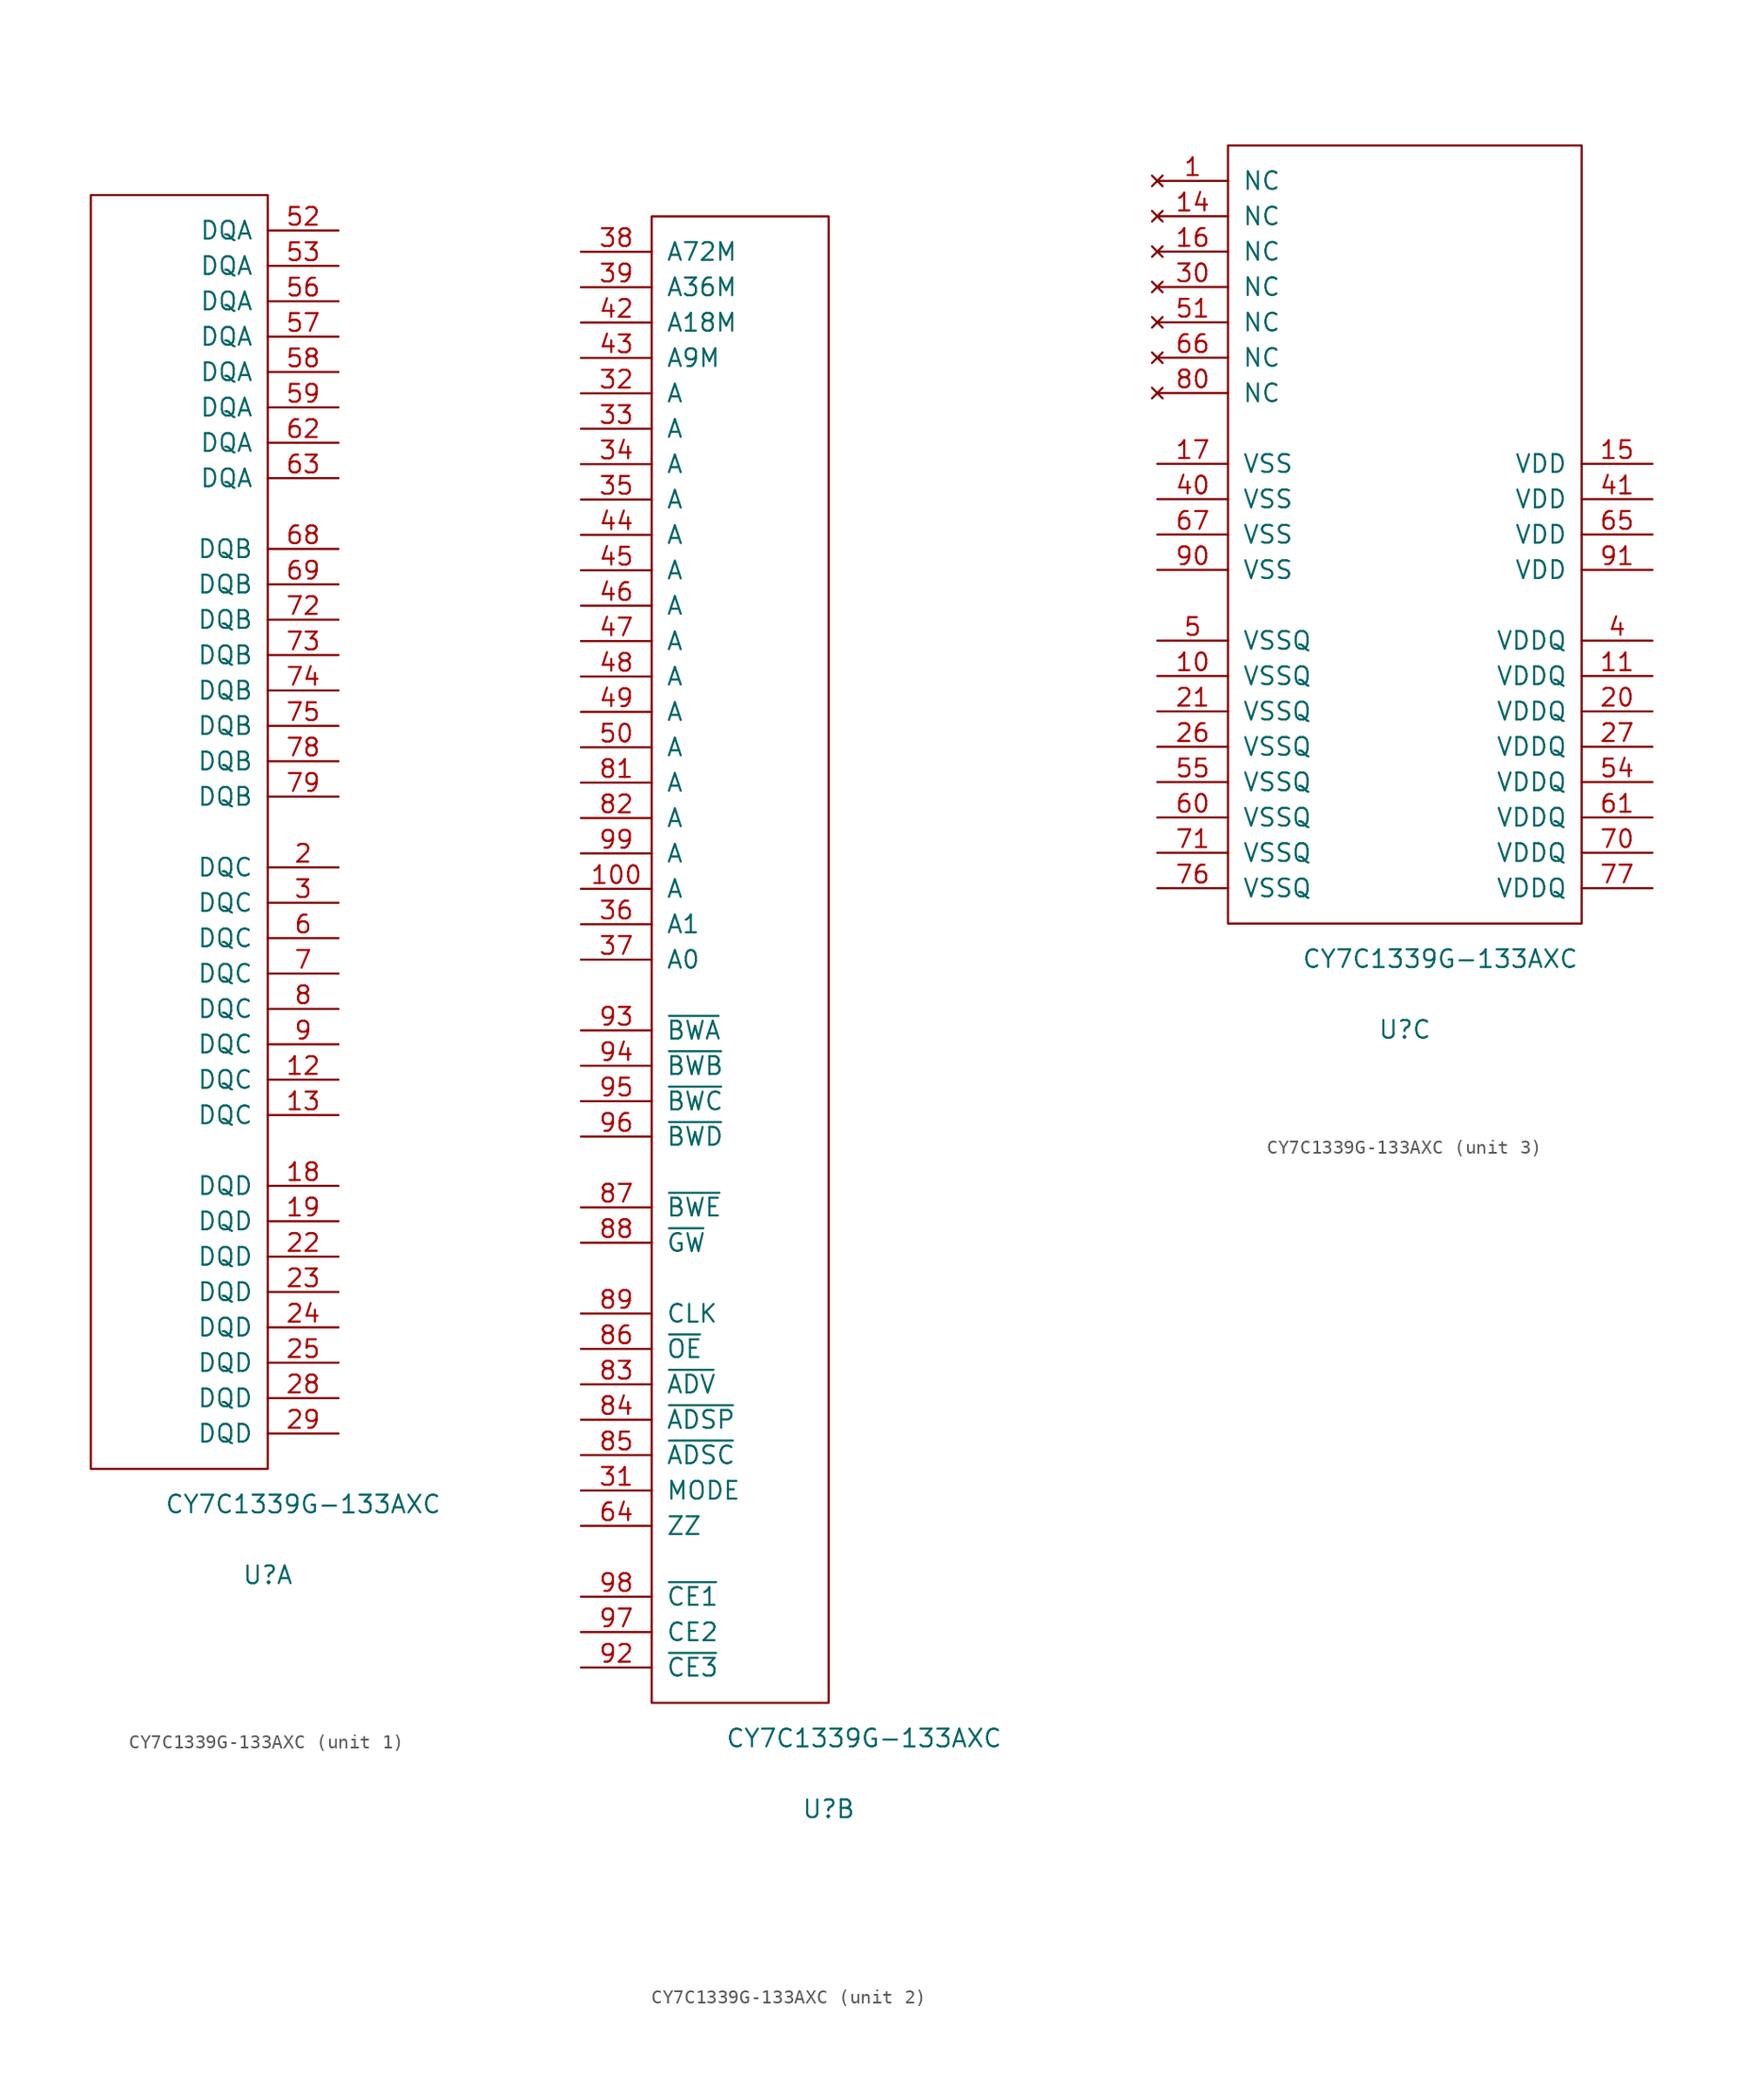
<source format=kicad_sym>
(kicad_symbol_lib
  (version 20220914)
  (generator kicad_symbol_editor)
  (symbol "CY7C1339G-133AXC"
    (pin_names
      (offset 1.016))
    (property "Reference" "U"
      (at 12.7 -7.62 0)
      (effects (font (size 1.27 1.27))))
    (property "Value" "CY7C1339G-133AXC"
      (at 15.24 -2.54 0)
      (effects (font (size 1.27 1.27))))
    (property "ki_locked" ""
      (at 0 0 0)
      (effects (font (size 1.27 1.27))))
    (symbol "CY7C1339G-133AXC_1_1"
      (rectangle (start 0 91.44) (end 12.7 0) (stroke (width 0) (type solid)) (fill (type none)))
      (pin bidirectional line (at 17.78 27.94 180) (length 5.08) (name "DQC" (effects (font (size 1.27 1.27)))) (number "12" (effects (font (size 1.27 1.27)))))
      (pin bidirectional line (at 17.78 25.4 180) (length 5.08) (name "DQC" (effects (font (size 1.27 1.27)))) (number "13" (effects (font (size 1.27 1.27)))))
      (pin bidirectional line (at 17.78 20.32 180) (length 5.08) (name "DQD" (effects (font (size 1.27 1.27)))) (number "18" (effects (font (size 1.27 1.27)))))
      (pin bidirectional line (at 17.78 17.78 180) (length 5.08) (name "DQD" (effects (font (size 1.27 1.27)))) (number "19" (effects (font (size 1.27 1.27)))))
      (pin bidirectional line (at 17.78 43.18 180) (length 5.08) (name "DQC" (effects (font (size 1.27 1.27)))) (number "2" (effects (font (size 1.27 1.27)))))
      (pin bidirectional line (at 17.78 15.24 180) (length 5.08) (name "DQD" (effects (font (size 1.27 1.27)))) (number "22" (effects (font (size 1.27 1.27)))))
      (pin bidirectional line (at 17.78 12.7 180) (length 5.08) (name "DQD" (effects (font (size 1.27 1.27)))) (number "23" (effects (font (size 1.27 1.27)))))
      (pin bidirectional line (at 17.78 10.16 180) (length 5.08) (name "DQD" (effects (font (size 1.27 1.27)))) (number "24" (effects (font (size 1.27 1.27)))))
      (pin bidirectional line (at 17.78 7.62 180) (length 5.08) (name "DQD" (effects (font (size 1.27 1.27)))) (number "25" (effects (font (size 1.27 1.27)))))
      (pin bidirectional line (at 17.78 5.08 180) (length 5.08) (name "DQD" (effects (font (size 1.27 1.27)))) (number "28" (effects (font (size 1.27 1.27)))))
      (pin bidirectional line (at 17.78 2.54 180) (length 5.08) (name "DQD" (effects (font (size 1.27 1.27)))) (number "29" (effects (font (size 1.27 1.27)))))
      (pin bidirectional line (at 17.78 40.64 180) (length 5.08) (name "DQC" (effects (font (size 1.27 1.27)))) (number "3" (effects (font (size 1.27 1.27)))))
      (pin bidirectional line (at 17.78 88.9 180) (length 5.08) (name "DQA" (effects (font (size 1.27 1.27)))) (number "52" (effects (font (size 1.27 1.27)))))
      (pin bidirectional line (at 17.78 86.36 180) (length 5.08) (name "DQA" (effects (font (size 1.27 1.27)))) (number "53" (effects (font (size 1.27 1.27)))))
      (pin bidirectional line (at 17.78 83.82 180) (length 5.08) (name "DQA" (effects (font (size 1.27 1.27)))) (number "56" (effects (font (size 1.27 1.27)))))
      (pin bidirectional line (at 17.78 81.28 180) (length 5.08) (name "DQA" (effects (font (size 1.27 1.27)))) (number "57" (effects (font (size 1.27 1.27)))))
      (pin bidirectional line (at 17.78 78.74 180) (length 5.08) (name "DQA" (effects (font (size 1.27 1.27)))) (number "58" (effects (font (size 1.27 1.27)))))
      (pin bidirectional line (at 17.78 76.2 180) (length 5.08) (name "DQA" (effects (font (size 1.27 1.27)))) (number "59" (effects (font (size 1.27 1.27)))))
      (pin bidirectional line (at 17.78 38.1 180) (length 5.08) (name "DQC" (effects (font (size 1.27 1.27)))) (number "6" (effects (font (size 1.27 1.27)))))
      (pin bidirectional line (at 17.78 73.66 180) (length 5.08) (name "DQA" (effects (font (size 1.27 1.27)))) (number "62" (effects (font (size 1.27 1.27)))))
      (pin bidirectional line (at 17.78 71.12 180) (length 5.08) (name "DQA" (effects (font (size 1.27 1.27)))) (number "63" (effects (font (size 1.27 1.27)))))
      (pin bidirectional line (at 17.78 66.04 180) (length 5.08) (name "DQB" (effects (font (size 1.27 1.27)))) (number "68" (effects (font (size 1.27 1.27)))))
      (pin bidirectional line (at 17.78 63.5 180) (length 5.08) (name "DQB" (effects (font (size 1.27 1.27)))) (number "69" (effects (font (size 1.27 1.27)))))
      (pin bidirectional line (at 17.78 35.56 180) (length 5.08) (name "DQC" (effects (font (size 1.27 1.27)))) (number "7" (effects (font (size 1.27 1.27)))))
      (pin bidirectional line (at 17.78 60.96 180) (length 5.08) (name "DQB" (effects (font (size 1.27 1.27)))) (number "72" (effects (font (size 1.27 1.27)))))
      (pin bidirectional line (at 17.78 58.42 180) (length 5.08) (name "DQB" (effects (font (size 1.27 1.27)))) (number "73" (effects (font (size 1.27 1.27)))))
      (pin bidirectional line (at 17.78 55.88 180) (length 5.08) (name "DQB" (effects (font (size 1.27 1.27)))) (number "74" (effects (font (size 1.27 1.27)))))
      (pin bidirectional line (at 17.78 53.34 180) (length 5.08) (name "DQB" (effects (font (size 1.27 1.27)))) (number "75" (effects (font (size 1.27 1.27)))))
      (pin bidirectional line (at 17.78 50.8 180) (length 5.08) (name "DQB" (effects (font (size 1.27 1.27)))) (number "78" (effects (font (size 1.27 1.27)))))
      (pin bidirectional line (at 17.78 48.26 180) (length 5.08) (name "DQB" (effects (font (size 1.27 1.27)))) (number "79" (effects (font (size 1.27 1.27)))))
      (pin bidirectional line (at 17.78 33.02 180) (length 5.08) (name "DQC" (effects (font (size 1.27 1.27)))) (number "8" (effects (font (size 1.27 1.27)))))
      (pin bidirectional line (at 17.78 30.48 180) (length 5.08) (name "DQC" (effects (font (size 1.27 1.27)))) (number "9" (effects (font (size 1.27 1.27))))))
    (symbol "CY7C1339G-133AXC_2_1"
      (rectangle (start 0 0) (end 12.7 106.68) (stroke (width 0) (type solid)) (fill (type none)))
      (pin input line (at -5.08 58.42 0) (length 5.08) (name "A" (effects (font (size 1.27 1.27)))) (number "100" (effects (font (size 1.27 1.27)))))
      (pin input line (at -5.08 15.24 0) (length 5.08) (name "MODE" (effects (font (size 1.27 1.27)))) (number "31" (effects (font (size 1.27 1.27)))))
      (pin input line (at -5.08 93.98 0) (length 5.08) (name "A" (effects (font (size 1.27 1.27)))) (number "32" (effects (font (size 1.27 1.27)))))
      (pin input line (at -5.08 91.44 0) (length 5.08) (name "A" (effects (font (size 1.27 1.27)))) (number "33" (effects (font (size 1.27 1.27)))))
      (pin input line (at -5.08 88.9 0) (length 5.08) (name "A" (effects (font (size 1.27 1.27)))) (number "34" (effects (font (size 1.27 1.27)))))
      (pin input line (at -5.08 86.36 0) (length 5.08) (name "A" (effects (font (size 1.27 1.27)))) (number "35" (effects (font (size 1.27 1.27)))))
      (pin input line (at -5.08 55.88 0) (length 5.08) (name "A1" (effects (font (size 1.27 1.27)))) (number "36" (effects (font (size 1.27 1.27)))))
      (pin input line (at -5.08 53.34 0) (length 5.08) (name "A0" (effects (font (size 1.27 1.27)))) (number "37" (effects (font (size 1.27 1.27)))))
      (pin input line (at -5.08 104.14 0) (length 5.08) (name "A72M" (effects (font (size 1.27 1.27)))) (number "38" (effects (font (size 1.27 1.27)))))
      (pin input line (at -5.08 101.6 0) (length 5.08) (name "A36M" (effects (font (size 1.27 1.27)))) (number "39" (effects (font (size 1.27 1.27)))))
      (pin input line (at -5.08 99.06 0) (length 5.08) (name "A18M" (effects (font (size 1.27 1.27)))) (number "42" (effects (font (size 1.27 1.27)))))
      (pin input line (at -5.08 96.52 0) (length 5.08) (name "A9M" (effects (font (size 1.27 1.27)))) (number "43" (effects (font (size 1.27 1.27)))))
      (pin input line (at -5.08 83.82 0) (length 5.08) (name "A" (effects (font (size 1.27 1.27)))) (number "44" (effects (font (size 1.27 1.27)))))
      (pin input line (at -5.08 81.28 0) (length 5.08) (name "A" (effects (font (size 1.27 1.27)))) (number "45" (effects (font (size 1.27 1.27)))))
      (pin input line (at -5.08 78.74 0) (length 5.08) (name "A" (effects (font (size 1.27 1.27)))) (number "46" (effects (font (size 1.27 1.27)))))
      (pin input line (at -5.08 76.2 0) (length 5.08) (name "A" (effects (font (size 1.27 1.27)))) (number "47" (effects (font (size 1.27 1.27)))))
      (pin input line (at -5.08 73.66 0) (length 5.08) (name "A" (effects (font (size 1.27 1.27)))) (number "48" (effects (font (size 1.27 1.27)))))
      (pin input line (at -5.08 71.12 0) (length 5.08) (name "A" (effects (font (size 1.27 1.27)))) (number "49" (effects (font (size 1.27 1.27)))))
      (pin input line (at -5.08 68.58 0) (length 5.08) (name "A" (effects (font (size 1.27 1.27)))) (number "50" (effects (font (size 1.27 1.27)))))
      (pin input line (at -5.08 12.7 0) (length 5.08) (name "ZZ" (effects (font (size 1.27 1.27)))) (number "64" (effects (font (size 1.27 1.27)))))
      (pin input line (at -5.08 66.04 0) (length 5.08) (name "A" (effects (font (size 1.27 1.27)))) (number "81" (effects (font (size 1.27 1.27)))))
      (pin input line (at -5.08 63.5 0) (length 5.08) (name "A" (effects (font (size 1.27 1.27)))) (number "82" (effects (font (size 1.27 1.27)))))
      (pin input line (at -5.08 22.86 0) (length 5.08) (name "~{ADV}" (effects (font (size 1.27 1.27)))) (number "83" (effects (font (size 1.27 1.27)))))
      (pin input line (at -5.08 20.32 0) (length 5.08) (name "~{ADSP}" (effects (font (size 1.27 1.27)))) (number "84" (effects (font (size 1.27 1.27)))))
      (pin input line (at -5.08 17.78 0) (length 5.08) (name "~{ADSC}" (effects (font (size 1.27 1.27)))) (number "85" (effects (font (size 1.27 1.27)))))
      (pin input line (at -5.08 25.4 0) (length 5.08) (name "~{OE}" (effects (font (size 1.27 1.27)))) (number "86" (effects (font (size 1.27 1.27)))))
      (pin input line (at -5.08 35.56 0) (length 5.08) (name "~{BWE}" (effects (font (size 1.27 1.27)))) (number "87" (effects (font (size 1.27 1.27)))))
      (pin input line (at -5.08 33.02 0) (length 5.08) (name "~{GW}" (effects (font (size 1.27 1.27)))) (number "88" (effects (font (size 1.27 1.27)))))
      (pin input line (at -5.08 27.94 0) (length 5.08) (name "CLK" (effects (font (size 1.27 1.27)))) (number "89" (effects (font (size 1.27 1.27)))))
      (pin input line (at -5.08 2.54 0) (length 5.08) (name "~{CE3}" (effects (font (size 1.27 1.27)))) (number "92" (effects (font (size 1.27 1.27)))))
      (pin input line (at -5.08 48.26 0) (length 5.08) (name "~{BWA}" (effects (font (size 1.27 1.27)))) (number "93" (effects (font (size 1.27 1.27)))))
      (pin input line (at -5.08 45.72 0) (length 5.08) (name "~{BWB}" (effects (font (size 1.27 1.27)))) (number "94" (effects (font (size 1.27 1.27)))))
      (pin input line (at -5.08 43.18 0) (length 5.08) (name "~{BWC}" (effects (font (size 1.27 1.27)))) (number "95" (effects (font (size 1.27 1.27)))))
      (pin input line (at -5.08 40.64 0) (length 5.08) (name "~{BWD}" (effects (font (size 1.27 1.27)))) (number "96" (effects (font (size 1.27 1.27)))))
      (pin input line (at -5.08 5.08 0) (length 5.08) (name "CE2" (effects (font (size 1.27 1.27)))) (number "97" (effects (font (size 1.27 1.27)))))
      (pin input line (at -5.08 7.62 0) (length 5.08) (name "~{CE1}" (effects (font (size 1.27 1.27)))) (number "98" (effects (font (size 1.27 1.27)))))
      (pin input line (at -5.08 60.96 0) (length 5.08) (name "A" (effects (font (size 1.27 1.27)))) (number "99" (effects (font (size 1.27 1.27))))))
    (symbol "CY7C1339G-133AXC_3_1"
      (rectangle (start 0 0) (end 25.4 55.88) (stroke (width 0) (type solid)) (fill (type none)))
      (pin no_connect line (at -5.08 53.34 0) (length 5.08) (name "NC" (effects (font (size 1.27 1.27)))) (number "1" (effects (font (size 1.27 1.27)))))
      (pin power_in line (at -5.08 17.78 0) (length 5.08) (name "VSSQ" (effects (font (size 1.27 1.27)))) (number "10" (effects (font (size 1.27 1.27)))))
      (pin power_in line (at 30.48 17.78 180) (length 5.08) (name "VDDQ" (effects (font (size 1.27 1.27)))) (number "11" (effects (font (size 1.27 1.27)))))
      (pin no_connect line (at -5.08 50.8 0) (length 5.08) (name "NC" (effects (font (size 1.27 1.27)))) (number "14" (effects (font (size 1.27 1.27)))))
      (pin power_in line (at 30.48 33.02 180) (length 5.08) (name "VDD" (effects (font (size 1.27 1.27)))) (number "15" (effects (font (size 1.27 1.27)))))
      (pin no_connect line (at -5.08 48.26 0) (length 5.08) (name "NC" (effects (font (size 1.27 1.27)))) (number "16" (effects (font (size 1.27 1.27)))))
      (pin power_in line (at -5.08 33.02 0) (length 5.08) (name "VSS" (effects (font (size 1.27 1.27)))) (number "17" (effects (font (size 1.27 1.27)))))
      (pin power_in line (at 30.48 15.24 180) (length 5.08) (name "VDDQ" (effects (font (size 1.27 1.27)))) (number "20" (effects (font (size 1.27 1.27)))))
      (pin power_in line (at -5.08 15.24 0) (length 5.08) (name "VSSQ" (effects (font (size 1.27 1.27)))) (number "21" (effects (font (size 1.27 1.27)))))
      (pin power_in line (at -5.08 12.7 0) (length 5.08) (name "VSSQ" (effects (font (size 1.27 1.27)))) (number "26" (effects (font (size 1.27 1.27)))))
      (pin power_in line (at 30.48 12.7 180) (length 5.08) (name "VDDQ" (effects (font (size 1.27 1.27)))) (number "27" (effects (font (size 1.27 1.27)))))
      (pin no_connect line (at -5.08 45.72 0) (length 5.08) (name "NC" (effects (font (size 1.27 1.27)))) (number "30" (effects (font (size 1.27 1.27)))))
      (pin power_in line (at 30.48 20.32 180) (length 5.08) (name "VDDQ" (effects (font (size 1.27 1.27)))) (number "4" (effects (font (size 1.27 1.27)))))
      (pin power_in line (at -5.08 30.48 0) (length 5.08) (name "VSS" (effects (font (size 1.27 1.27)))) (number "40" (effects (font (size 1.27 1.27)))))
      (pin power_in line (at 30.48 30.48 180) (length 5.08) (name "VDD" (effects (font (size 1.27 1.27)))) (number "41" (effects (font (size 1.27 1.27)))))
      (pin power_in line (at -5.08 20.32 0) (length 5.08) (name "VSSQ" (effects (font (size 1.27 1.27)))) (number "5" (effects (font (size 1.27 1.27)))))
      (pin no_connect line (at -5.08 43.18 0) (length 5.08) (name "NC" (effects (font (size 1.27 1.27)))) (number "51" (effects (font (size 1.27 1.27)))))
      (pin power_in line (at 30.48 10.16 180) (length 5.08) (name "VDDQ" (effects (font (size 1.27 1.27)))) (number "54" (effects (font (size 1.27 1.27)))))
      (pin power_in line (at -5.08 10.16 0) (length 5.08) (name "VSSQ" (effects (font (size 1.27 1.27)))) (number "55" (effects (font (size 1.27 1.27)))))
      (pin power_in line (at -5.08 7.62 0) (length 5.08) (name "VSSQ" (effects (font (size 1.27 1.27)))) (number "60" (effects (font (size 1.27 1.27)))))
      (pin power_in line (at 30.48 7.62 180) (length 5.08) (name "VDDQ" (effects (font (size 1.27 1.27)))) (number "61" (effects (font (size 1.27 1.27)))))
      (pin power_in line (at 30.48 27.94 180) (length 5.08) (name "VDD" (effects (font (size 1.27 1.27)))) (number "65" (effects (font (size 1.27 1.27)))))
      (pin no_connect line (at -5.08 40.64 0) (length 5.08) (name "NC" (effects (font (size 1.27 1.27)))) (number "66" (effects (font (size 1.27 1.27)))))
      (pin power_in line (at -5.08 27.94 0) (length 5.08) (name "VSS" (effects (font (size 1.27 1.27)))) (number "67" (effects (font (size 1.27 1.27)))))
      (pin power_in line (at 30.48 5.08 180) (length 5.08) (name "VDDQ" (effects (font (size 1.27 1.27)))) (number "70" (effects (font (size 1.27 1.27)))))
      (pin power_in line (at -5.08 5.08 0) (length 5.08) (name "VSSQ" (effects (font (size 1.27 1.27)))) (number "71" (effects (font (size 1.27 1.27)))))
      (pin power_in line (at -5.08 2.54 0) (length 5.08) (name "VSSQ" (effects (font (size 1.27 1.27)))) (number "76" (effects (font (size 1.27 1.27)))))
      (pin power_in line (at 30.48 2.54 180) (length 5.08) (name "VDDQ" (effects (font (size 1.27 1.27)))) (number "77" (effects (font (size 1.27 1.27)))))
      (pin no_connect line (at -5.08 38.1 0) (length 5.08) (name "NC" (effects (font (size 1.27 1.27)))) (number "80" (effects (font (size 1.27 1.27)))))
      (pin power_in line (at -5.08 25.4 0) (length 5.08) (name "VSS" (effects (font (size 1.27 1.27)))) (number "90" (effects (font (size 1.27 1.27)))))
      (pin power_in line (at 30.48 25.4 180) (length 5.08) (name "VDD" (effects (font (size 1.27 1.27)))) (number "91" (effects (font (size 1.27 1.27))))))))
</source>
